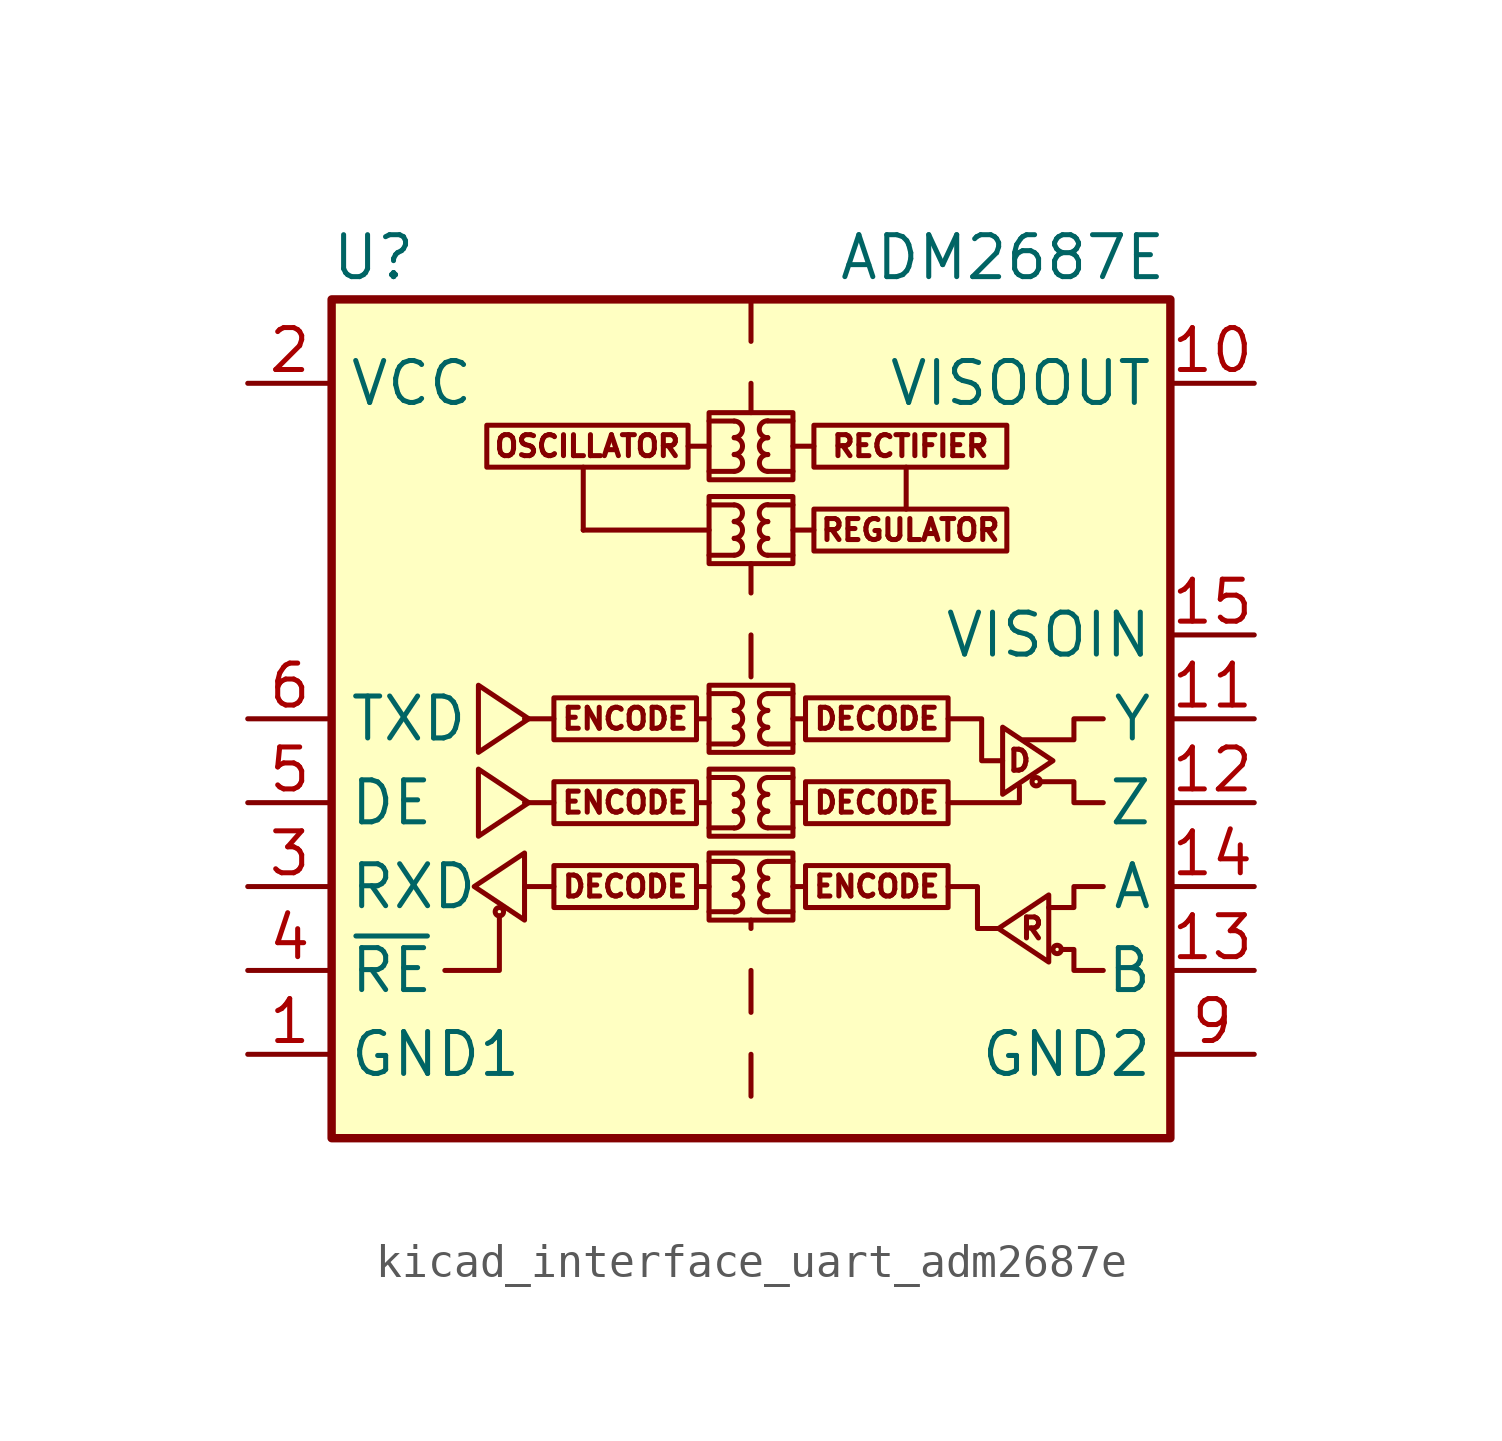
<source format=kicad_sym>
(kicad_symbol_lib
  (version 20220914)
  (generator kicad_symbol_editor)
  (symbol "kicad_interface_uart_adm2687e"
    (property "Reference" "U"
      (at -11.43 13.97 0)
      (effects (font (size 1.27 1.27))))
    (property "Value" "ADM2687E"
      (at 7.62 13.97 0)
      (effects (font (size 1.27 1.27))))
    (symbol "kicad_interface_uart_adm2687e_0_0"
      (text "D" (at 8.128 -1.27 0) (effects (font (size 0.635 0.635))))
      (text "R" (at 8.509 -6.35 0) (effects (font (size 0.635 0.635)))))
    (symbol "kicad_interface_uart_adm2687e_0_1"
      (circle (center -7.62 -5.842) (radius 0.127) (stroke (width 0) (type default)) (fill (type none)))
      (polyline (pts (xy -9.271 -7.62) (xy -7.62 -7.62) (xy -7.62 -5.969)) (stroke (width 0) (type default)) (fill (type none)))
      (polyline (pts (xy 5.969 -2.54) (xy 8.128 -2.54) (xy 8.128 -2.032)) (stroke (width 0) (type default)) (fill (type none)))
      (polyline (pts (xy 7.493 -6.35) (xy 6.858 -6.35) (xy 6.858 -5.08) (xy 5.969 -5.08)) (stroke (width 0) (type default)) (fill (type none)))
      (polyline (pts (xy 7.62 -1.27) (xy 6.985 -1.27) (xy 6.985 0) (xy 5.969 0)) (stroke (width 0) (type default)) (fill (type none)))
      (polyline (pts (xy 9.017 -5.715) (xy 9.779 -5.715) (xy 9.779 -5.08) (xy 10.668 -5.08)) (stroke (width 0) (type default)) (fill (type none)))
      (polyline (pts (xy 9.398 -6.985) (xy 9.779 -6.985) (xy 9.779 -7.62) (xy 10.668 -7.62)) (stroke (width 0) (type default)) (fill (type none)))
      (polyline (pts (xy 10.668 -2.54) (xy 9.779 -2.54) (xy 9.779 -1.905) (xy 8.763 -1.905)) (stroke (width 0) (type default)) (fill (type none)))
      (polyline (pts (xy 10.668 0) (xy 9.779 0) (xy 9.779 -0.635) (xy 8.255 -0.635)) (stroke (width 0) (type default)) (fill (type none))))
    (symbol "kicad_interface_uart_adm2687e_1_0"
      (rectangle (start -1.27 -4.064) (end 1.27 -6.096) (stroke (width 0) (type default)) (fill (type none)))
      (rectangle (start -1.27 -1.524) (end 1.27 -3.556) (stroke (width 0) (type default)) (fill (type none)))
      (rectangle (start -1.27 1.016) (end 1.27 -1.016) (stroke (width 0) (type default)) (fill (type none)))
      (rectangle (start -1.27 6.731) (end 1.27 4.699) (stroke (width 0) (type default)) (fill (type none)))
      (rectangle (start -1.27 9.271) (end 1.27 7.239) (stroke (width 0) (type default)) (fill (type none)))
      (arc (start -0.508 -5.842) (mid -0.2551 -5.588) (end -0.508 -5.334) (stroke (width 0) (type default)) (fill (type none)))
      (arc (start -0.508 -5.334) (mid -0.2551 -5.08) (end -0.508 -4.826) (stroke (width 0) (type default)) (fill (type none)))
      (arc (start -0.508 -4.826) (mid -0.2551 -4.572) (end -0.508 -4.318) (stroke (width 0) (type default)) (fill (type none)))
      (arc (start -0.508 -3.302) (mid -0.2551 -3.048) (end -0.508 -2.794) (stroke (width 0) (type default)) (fill (type none)))
      (arc (start -0.508 -2.794) (mid -0.2551 -2.54) (end -0.508 -2.286) (stroke (width 0) (type default)) (fill (type none)))
      (arc (start -0.508 -2.286) (mid -0.2551 -2.032) (end -0.508 -1.778) (stroke (width 0) (type default)) (fill (type none)))
      (arc (start -0.508 -0.762) (mid -0.2551 -0.508) (end -0.508 -0.254) (stroke (width 0) (type default)) (fill (type none)))
      (arc (start -0.508 -0.254) (mid -0.2551 0) (end -0.508 0.254) (stroke (width 0) (type default)) (fill (type none)))
      (arc (start -0.508 0.254) (mid -0.2551 0.508) (end -0.508 0.762) (stroke (width 0) (type default)) (fill (type none)))
      (arc (start -0.508 4.953) (mid -0.2551 5.207) (end -0.508 5.461) (stroke (width 0) (type default)) (fill (type none)))
      (arc (start -0.508 5.461) (mid -0.2551 5.715) (end -0.508 5.969) (stroke (width 0) (type default)) (fill (type none)))
      (arc (start -0.508 5.969) (mid -0.2551 6.223) (end -0.508 6.477) (stroke (width 0) (type default)) (fill (type none)))
      (arc (start -0.508 7.493) (mid -0.2551 7.747) (end -0.508 8.001) (stroke (width 0) (type default)) (fill (type none)))
      (arc (start -0.508 8.001) (mid -0.2551 8.255) (end -0.508 8.509) (stroke (width 0) (type default)) (fill (type none)))
      (arc (start -0.508 8.509) (mid -0.2551 8.763) (end -0.508 9.017) (stroke (width 0) (type default)) (fill (type none)))
      (polyline (pts (xy -5.969 -5.08) (xy -6.858 -5.08)) (stroke (width 0) (type default)) (fill (type none)))
      (polyline (pts (xy -5.969 -2.54) (xy -6.858 -2.54)) (stroke (width 0) (type default)) (fill (type none)))
      (polyline (pts (xy -5.969 0) (xy -6.858 0)) (stroke (width 0) (type default)) (fill (type none)))
      (polyline (pts (xy -5.08 5.715) (xy -5.08 7.62)) (stroke (width 0) (type default)) (fill (type none)))
      (polyline (pts (xy -5.08 5.715) (xy -1.27 5.715)) (stroke (width 0) (type default)) (fill (type none)))
      (polyline (pts (xy -1.905 8.255) (xy -1.27 8.255)) (stroke (width 0) (type default)) (fill (type none)))
      (polyline (pts (xy -1.651 -5.08) (xy -1.27 -5.08)) (stroke (width 0) (type default)) (fill (type none)))
      (polyline (pts (xy -1.651 -2.54) (xy -1.27 -2.54)) (stroke (width 0) (type default)) (fill (type none)))
      (polyline (pts (xy -1.651 0) (xy -1.27 0)) (stroke (width 0) (type default)) (fill (type none)))
      (polyline (pts (xy -1.27 -5.842) (xy -0.508 -5.842)) (stroke (width 0) (type default)) (fill (type none)))
      (polyline (pts (xy -1.27 -4.318) (xy -0.508 -4.318)) (stroke (width 0) (type default)) (fill (type none)))
      (polyline (pts (xy -1.27 -3.302) (xy -0.508 -3.302)) (stroke (width 0) (type default)) (fill (type none)))
      (polyline (pts (xy -1.27 -1.778) (xy -0.508 -1.778)) (stroke (width 0) (type default)) (fill (type none)))
      (polyline (pts (xy -1.27 -0.762) (xy -0.508 -0.762)) (stroke (width 0) (type default)) (fill (type none)))
      (polyline (pts (xy -1.27 0.762) (xy -0.508 0.762)) (stroke (width 0) (type default)) (fill (type none)))
      (polyline (pts (xy -1.27 4.953) (xy -0.508 4.953)) (stroke (width 0) (type default)) (fill (type none)))
      (polyline (pts (xy -1.27 6.477) (xy -0.508 6.477)) (stroke (width 0) (type default)) (fill (type none)))
      (polyline (pts (xy -1.27 7.493) (xy -0.508 7.493)) (stroke (width 0) (type default)) (fill (type none)))
      (polyline (pts (xy -1.27 9.017) (xy -0.508 9.017)) (stroke (width 0) (type default)) (fill (type none)))
      (polyline (pts (xy 0 -11.43) (xy 0 -10.16)) (stroke (width 0) (type default)) (fill (type none)))
      (polyline (pts (xy 0 -8.89) (xy 0 -7.62)) (stroke (width 0) (type default)) (fill (type none)))
      (polyline (pts (xy 0 -6.35) (xy 0 -6.096)) (stroke (width 0) (type default)) (fill (type none)))
      (polyline (pts (xy 0 1.27) (xy 0 2.54)) (stroke (width 0) (type default)) (fill (type none)))
      (polyline (pts (xy 0 3.81) (xy 0 4.699)) (stroke (width 0) (type default)) (fill (type none)))
      (polyline (pts (xy 0 9.271) (xy 0 10.16)) (stroke (width 0) (type default)) (fill (type none)))
      (polyline (pts (xy 0 12.7) (xy 0 11.43)) (stroke (width 0) (type default)) (fill (type none)))
      (polyline (pts (xy 1.27 -5.842) (xy 0.508 -5.842)) (stroke (width 0) (type default)) (fill (type none)))
      (polyline (pts (xy 1.27 -4.318) (xy 0.508 -4.318)) (stroke (width 0) (type default)) (fill (type none)))
      (polyline (pts (xy 1.27 -3.302) (xy 0.508 -3.302)) (stroke (width 0) (type default)) (fill (type none)))
      (polyline (pts (xy 1.27 -1.778) (xy 0.508 -1.778)) (stroke (width 0) (type default)) (fill (type none)))
      (polyline (pts (xy 1.27 -0.762) (xy 0.508 -0.762)) (stroke (width 0) (type default)) (fill (type none)))
      (polyline (pts (xy 1.27 0.762) (xy 0.508 0.762)) (stroke (width 0) (type default)) (fill (type none)))
      (polyline (pts (xy 1.27 4.953) (xy 0.508 4.953)) (stroke (width 0) (type default)) (fill (type none)))
      (polyline (pts (xy 1.27 6.477) (xy 0.508 6.477)) (stroke (width 0) (type default)) (fill (type none)))
      (polyline (pts (xy 1.27 7.493) (xy 0.508 7.493)) (stroke (width 0) (type default)) (fill (type none)))
      (polyline (pts (xy 1.27 9.017) (xy 0.508 9.017)) (stroke (width 0) (type default)) (fill (type none)))
      (polyline (pts (xy 1.651 -5.08) (xy 1.27 -5.08)) (stroke (width 0) (type default)) (fill (type none)))
      (polyline (pts (xy 1.651 -2.54) (xy 1.27 -2.54)) (stroke (width 0) (type default)) (fill (type none)))
      (polyline (pts (xy 1.651 0) (xy 1.27 0)) (stroke (width 0) (type default)) (fill (type none)))
      (polyline (pts (xy 1.905 5.715) (xy 1.27 5.715)) (stroke (width 0) (type default)) (fill (type none)))
      (polyline (pts (xy 1.905 8.255) (xy 1.27 8.255)) (stroke (width 0) (type default)) (fill (type none)))
      (polyline (pts (xy 4.699 6.35) (xy 4.699 7.62)) (stroke (width 0) (type default)) (fill (type none)))
      (arc (start 0.508 -5.334) (mid 0.2551 -5.588) (end 0.508 -5.842) (stroke (width 0) (type default)) (fill (type none)))
      (arc (start 0.508 -4.826) (mid 0.2551 -5.08) (end 0.508 -5.334) (stroke (width 0) (type default)) (fill (type none)))
      (arc (start 0.508 -4.318) (mid 0.2551 -4.572) (end 0.508 -4.826) (stroke (width 0) (type default)) (fill (type none)))
      (arc (start 0.508 -2.794) (mid 0.2551 -3.048) (end 0.508 -3.302) (stroke (width 0) (type default)) (fill (type none)))
      (arc (start 0.508 -2.286) (mid 0.2551 -2.54) (end 0.508 -2.794) (stroke (width 0) (type default)) (fill (type none)))
      (arc (start 0.508 -1.778) (mid 0.2551 -2.032) (end 0.508 -2.286) (stroke (width 0) (type default)) (fill (type none)))
      (arc (start 0.508 -0.254) (mid 0.2551 -0.508) (end 0.508 -0.762) (stroke (width 0) (type default)) (fill (type none)))
      (arc (start 0.508 0.254) (mid 0.2551 0) (end 0.508 -0.254) (stroke (width 0) (type default)) (fill (type none)))
      (arc (start 0.508 0.762) (mid 0.2551 0.508) (end 0.508 0.254) (stroke (width 0) (type default)) (fill (type none)))
      (arc (start 0.508 5.461) (mid 0.2551 5.207) (end 0.508 4.953) (stroke (width 0) (type default)) (fill (type none)))
      (arc (start 0.508 5.969) (mid 0.2551 5.715) (end 0.508 5.461) (stroke (width 0) (type default)) (fill (type none)))
      (arc (start 0.508 6.477) (mid 0.2551 6.223) (end 0.508 5.969) (stroke (width 0) (type default)) (fill (type none)))
      (arc (start 0.508 8.001) (mid 0.2551 7.747) (end 0.508 7.493) (stroke (width 0) (type default)) (fill (type none)))
      (arc (start 0.508 8.509) (mid 0.2551 8.255) (end 0.508 8.001) (stroke (width 0) (type default)) (fill (type none)))
      (arc (start 0.508 9.017) (mid 0.2551 8.763) (end 0.508 8.509) (stroke (width 0) (type default)) (fill (type none)))
      (rectangle (start 1.651 -4.445) (end 5.969 -5.715) (stroke (width 0) (type default)) (fill (type none)))
      (rectangle (start 1.651 -1.905) (end 5.969 -3.175) (stroke (width 0) (type default)) (fill (type none)))
      (rectangle (start 1.651 0.635) (end 5.969 -0.635) (stroke (width 0) (type default)) (fill (type none)))
      (rectangle (start 1.905 6.35) (end 7.747 5.08) (stroke (width 0) (type default)) (fill (type none)))
      (rectangle (start 1.905 8.89) (end 7.747 7.62) (stroke (width 0) (type default)) (fill (type none)))
      (text "DECODE" (at -3.81 -5.08 0) (effects (font (size 0.635 0.635))))
      (text "DECODE" (at 3.81 -2.54 0) (effects (font (size 0.635 0.635))))
      (text "DECODE" (at 3.81 0 0) (effects (font (size 0.635 0.635))))
      (text "ENCODE" (at -3.81 -2.54 0) (effects (font (size 0.635 0.635))))
      (text "ENCODE" (at -3.81 0 0) (effects (font (size 0.635 0.635))))
      (text "ENCODE" (at 3.81 -5.08 0) (effects (font (size 0.635 0.635))))
      (text "OSCILLATOR" (at -4.953 8.255 0) (effects (font (size 0.635 0.635))))
      (text "RECTIFIER" (at 4.826 8.255 0) (effects (font (size 0.635 0.635))))
      (text "REGULATOR" (at 4.826 5.715 0) (effects (font (size 0.635 0.635)))))
    (symbol "kicad_interface_uart_adm2687e_1_1"
      (rectangle (start -12.7 12.7) (end 12.7 -12.7) (stroke (width 0.254) (type default)) (fill (type background)))
      (rectangle (start -1.905 8.89) (end -8.001 7.62) (stroke (width 0) (type default)) (fill (type none)))
      (rectangle (start -1.651 -4.445) (end -5.969 -5.715) (stroke (width 0) (type default)) (fill (type none)))
      (rectangle (start -1.651 -1.905) (end -5.969 -3.175) (stroke (width 0) (type default)) (fill (type none)))
      (rectangle (start -1.651 0.635) (end -5.969 -0.635) (stroke (width 0) (type default)) (fill (type none)))
      (polyline (pts (xy -8.382 -5.08) (xy -6.858 -4.064) (xy -6.858 -6.096) (xy -8.382 -5.08)) (stroke (width 0) (type default)) (fill (type none)))
      (polyline (pts (xy -6.731 -2.54) (xy -8.255 -1.524) (xy -8.255 -3.556) (xy -6.731 -2.54)) (stroke (width 0) (type default)) (fill (type none)))
      (polyline (pts (xy -6.731 0) (xy -8.255 1.016) (xy -8.255 -1.016) (xy -6.731 0)) (stroke (width 0) (type default)) (fill (type none)))
      (polyline (pts (xy 7.493 -6.35) (xy 9.017 -5.334) (xy 9.017 -7.366) (xy 7.493 -6.35)) (stroke (width 0) (type default)) (fill (type none)))
      (polyline (pts (xy 9.144 -1.27) (xy 7.62 -0.254) (xy 7.62 -2.286) (xy 9.144 -1.27)) (stroke (width 0) (type default)) (fill (type none)))
      (circle (center 8.636 -1.905) (radius 0.127) (stroke (width 0) (type default)) (fill (type none)))
      (circle (center 9.271 -6.985) (radius 0.127) (stroke (width 0) (type default)) (fill (type none)))
      (pin power_in line (at -15.24 -10.16 0) (length 2.54) (name "GND1" (effects (font (size 1.27 1.27)))) (number "1" (effects (font (size 1.27 1.27)))))
      (pin power_in line (at 15.24 10.16 180) (length 2.54) (name "VISOOUT" (effects (font (size 1.27 1.27)))) (number "10" (effects (font (size 1.27 1.27)))))
      (pin output line (at 15.24 0 180) (length 2.54) (name "Y" (effects (font (size 1.27 1.27)))) (number "11" (effects (font (size 1.27 1.27)))))
      (pin output line (at 15.24 -2.54 180) (length 2.54) (name "Z" (effects (font (size 1.27 1.27)))) (number "12" (effects (font (size 1.27 1.27)))))
      (pin input line (at 15.24 -7.62 180) (length 2.54) (name "B" (effects (font (size 1.27 1.27)))) (number "13" (effects (font (size 1.27 1.27)))))
      (pin input line (at 15.24 -5.08 180) (length 2.54) (name "A" (effects (font (size 1.27 1.27)))) (number "14" (effects (font (size 1.27 1.27)))))
      (pin power_in line (at 15.24 2.54 180) (length 2.54) (name "VISOIN" (effects (font (size 1.27 1.27)))) (number "15" (effects (font (size 1.27 1.27)))))
      (pin passive line (at 15.24 -10.16 180) (length 2.54) hide (name "GND2" (effects (font (size 1.27 1.27)))) (number "16" (effects (font (size 1.27 1.27)))))
      (pin power_in line (at -15.24 10.16 0) (length 2.54) (name "VCC" (effects (font (size 1.27 1.27)))) (number "2" (effects (font (size 1.27 1.27)))))
      (pin output line (at -15.24 -5.08 0) (length 2.54) (name "RXD" (effects (font (size 1.27 1.27)))) (number "3" (effects (font (size 1.27 1.27)))))
      (pin input line (at -15.24 -7.62 0) (length 2.54) (name "~{RE}" (effects (font (size 1.27 1.27)))) (number "4" (effects (font (size 1.27 1.27)))))
      (pin input line (at -15.24 -2.54 0) (length 2.54) (name "DE" (effects (font (size 1.27 1.27)))) (number "5" (effects (font (size 1.27 1.27)))))
      (pin input line (at -15.24 0 0) (length 2.54) (name "TXD" (effects (font (size 1.27 1.27)))) (number "6" (effects (font (size 1.27 1.27)))))
      (pin passive line (at -15.24 10.16 0) (length 2.54) hide (name "VCC" (effects (font (size 1.27 1.27)))) (number "7" (effects (font (size 1.27 1.27)))))
      (pin passive line (at -15.24 -10.16 0) (length 2.54) hide (name "GND1" (effects (font (size 1.27 1.27)))) (number "8" (effects (font (size 1.27 1.27)))))
      (pin power_in line (at 15.24 -10.16 180) (length 2.54) (name "GND2" (effects (font (size 1.27 1.27)))) (number "9" (effects (font (size 1.27 1.27))))))))
</source>
